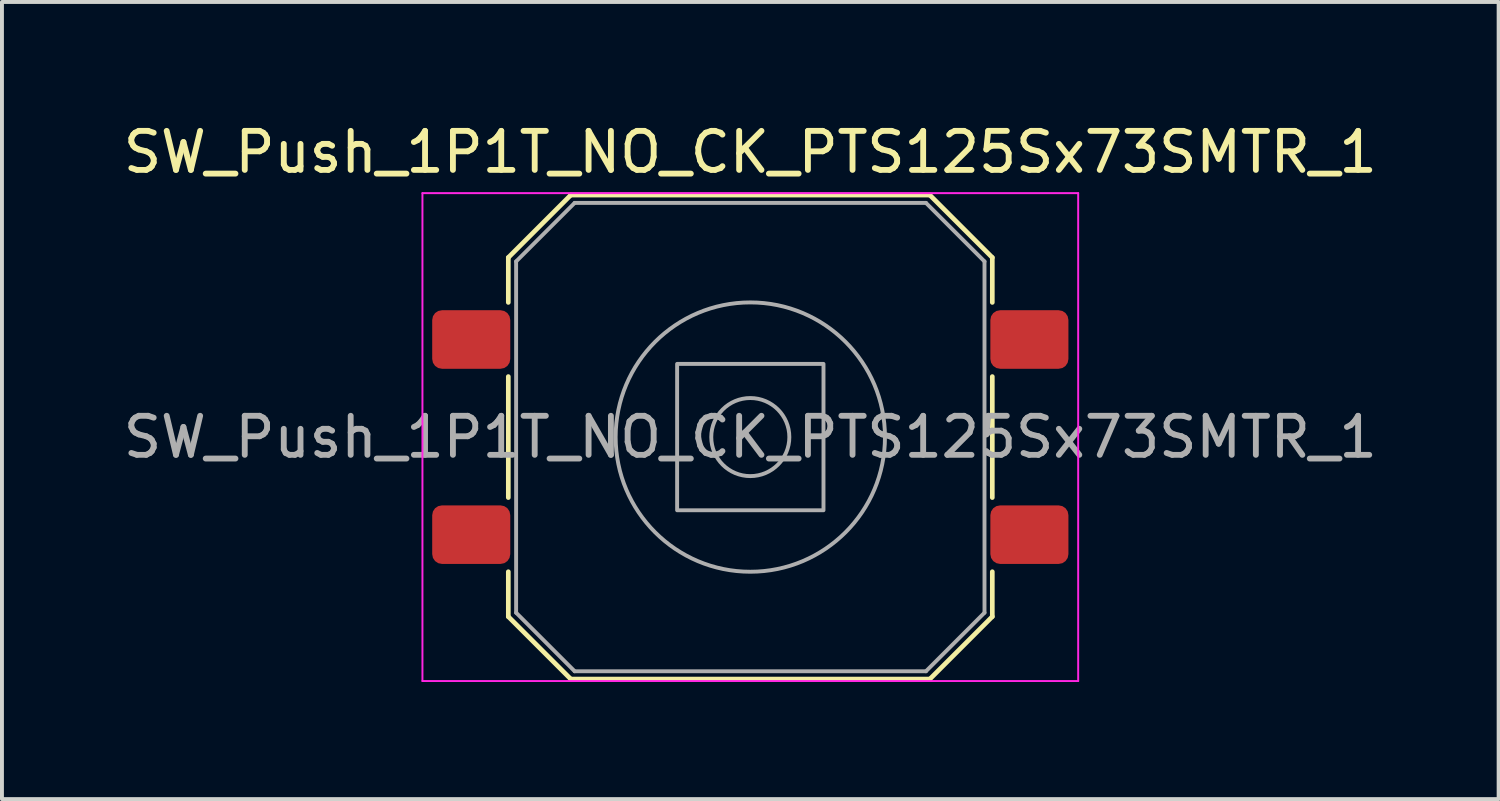
<source format=kicad_pcb>
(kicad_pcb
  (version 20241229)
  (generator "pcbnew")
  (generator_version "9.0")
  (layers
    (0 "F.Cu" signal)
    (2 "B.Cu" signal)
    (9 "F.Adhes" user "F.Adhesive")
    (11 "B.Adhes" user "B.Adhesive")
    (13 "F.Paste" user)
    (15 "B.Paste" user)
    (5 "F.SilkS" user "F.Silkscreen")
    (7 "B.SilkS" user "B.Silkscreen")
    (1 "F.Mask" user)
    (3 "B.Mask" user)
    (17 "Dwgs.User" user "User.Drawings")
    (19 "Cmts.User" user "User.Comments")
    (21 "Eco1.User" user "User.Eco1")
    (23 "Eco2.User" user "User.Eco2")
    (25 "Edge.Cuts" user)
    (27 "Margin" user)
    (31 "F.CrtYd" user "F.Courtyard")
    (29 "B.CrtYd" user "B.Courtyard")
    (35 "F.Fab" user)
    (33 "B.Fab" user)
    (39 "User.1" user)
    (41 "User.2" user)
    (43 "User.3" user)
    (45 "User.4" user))
  (footprint "SW_Push_1P1T_NO_CK_PTS125Sx73SMTR_1"
    (layer "F.Cu")
    (at 16.173 8.148)
    (property "Reference" "SW_Push_1P1T_NO_CK_PTS125Sx73SMTR_1" (at 0 -7.3 0) (layer "F.SilkS") (effects (font (size 1 1) (thickness 0.15))))
    (attr smd)
    (fp_line (start -6.2 -4.6) (end -4.6 -6.2) (stroke (width 0.12) (type solid)) (layer "F.SilkS"))
    (fp_line (start -6.2 -3.45) (end -6.2 -4.6) (stroke (width 0.12) (type solid)) (layer "F.SilkS"))
    (fp_line (start -6.2 -1.55) (end -6.2 1.55) (stroke (width 0.12) (type solid)) (layer "F.SilkS"))
    (fp_line (start -6.2 3.45) (end -6.2 4.6) (stroke (width 0.12) (type solid)) (layer "F.SilkS"))
    (fp_line (start -6.2 4.6) (end -4.6 6.2) (stroke (width 0.12) (type solid)) (layer "F.SilkS"))
    (fp_line (start -4.6 -6.2) (end 4.6 -6.2) (stroke (width 0.12) (type solid)) (layer "F.SilkS"))
    (fp_line (start -4.6 6.2) (end 4.6 6.2) (stroke (width 0.12) (type solid)) (layer "F.SilkS"))
    (fp_line (start 4.6 -6.2) (end 6.2 -4.6) (stroke (width 0.12) (type solid)) (layer "F.SilkS"))
    (fp_line (start 4.6 6.2) (end 6.2 4.6) (stroke (width 0.12) (type solid)) (layer "F.SilkS"))
    (fp_line (start 6.2 -3.45) (end 6.2 -4.6) (stroke (width 0.12) (type solid)) (layer "F.SilkS"))
    (fp_line (start 6.2 -1.55) (end 6.2 1.55) (stroke (width 0.12) (type solid)) (layer "F.SilkS"))
    (fp_line (start 6.2 3.45) (end 6.2 4.6) (stroke (width 0.12) (type solid)) (layer "F.SilkS"))
    (fp_line (start -8.4 -6.25) (end 8.4 -6.25) (stroke (width 0.05) (type solid)) (layer "F.CrtYd"))
    (fp_line (start -8.4 6.25) (end -8.4 -6.25) (stroke (width 0.05) (type solid)) (layer "F.CrtYd"))
    (fp_line (start 8.4 -6.25) (end 8.4 6.25) (stroke (width 0.05) (type solid)) (layer "F.CrtYd"))
    (fp_line (start 8.4 6.25) (end -8.4 6.25) (stroke (width 0.05) (type solid)) (layer "F.CrtYd"))
    (fp_line (start -6 -4.5) (end -6 4.5) (stroke (width 0.1) (type solid)) (layer "F.Fab"))
    (fp_line (start -6 -4.5) (end -4.5 -6) (stroke (width 0.1) (type solid)) (layer "F.Fab"))
    (fp_line (start -4.5 6) (end -6 4.5) (stroke (width 0.1) (type solid)) (layer "F.Fab"))
    (fp_line (start -4.5 6) (end 4.5 6) (stroke (width 0.1) (type solid)) (layer "F.Fab"))
    (fp_line (start 4.5 -6) (end -4.5 -6) (stroke (width 0.1) (type solid)) (layer "F.Fab"))
    (fp_line (start 4.5 -6) (end 6 -4.5) (stroke (width 0.1) (type solid)) (layer "F.Fab"))
    (fp_line (start 6 4.5) (end 4.5 6) (stroke (width 0.1) (type solid)) (layer "F.Fab"))
    (fp_line (start 6 4.5) (end 6 -4.5) (stroke (width 0.1) (type solid)) (layer "F.Fab"))
    (fp_rect (start -1.875 -1.875) (end 1.875 1.875) (stroke (width 0.1) (type solid)) (fill no) (layer "F.Fab"))
    (fp_circle (center 0 0) (end 1 0) (stroke (width 0.1) (type solid)) (fill no) (layer "F.Fab"))
    (fp_circle (center 0 0) (end 3.45 0) (stroke (width 0.1) (type solid)) (fill no) (layer "F.Fab"))
    (fp_text user "${REFERENCE}" (at 0 0 0) (layer "F.Fab") (effects (font (size 1 1) (thickness 0.15))))
    (pad "1" smd roundrect (at -7.15 -2.5) (size 2 1.5) (layers "F.Cu" "F.Mask" "F.Paste") (roundrect_rratio 0.167))
    (pad "1" smd roundrect (at 7.15 -2.5) (size 2 1.5) (layers "F.Cu" "F.Mask" "F.Paste") (roundrect_rratio 0.167))
    (pad "2" smd roundrect (at -7.15 2.5) (size 2 1.5) (layers "F.Cu" "F.Mask" "F.Paste") (roundrect_rratio 0.167))
    (pad "2" smd roundrect (at 7.15 2.5) (size 2 1.5) (layers "F.Cu" "F.Mask" "F.Paste") (roundrect_rratio 0.167)))
  (gr_rect
    (start -3 -3)
    (end 35.345 17.423)
    (stroke (width 0.1) (type default))
    (fill no)
    (layer "Edge.Cuts")))
</source>
